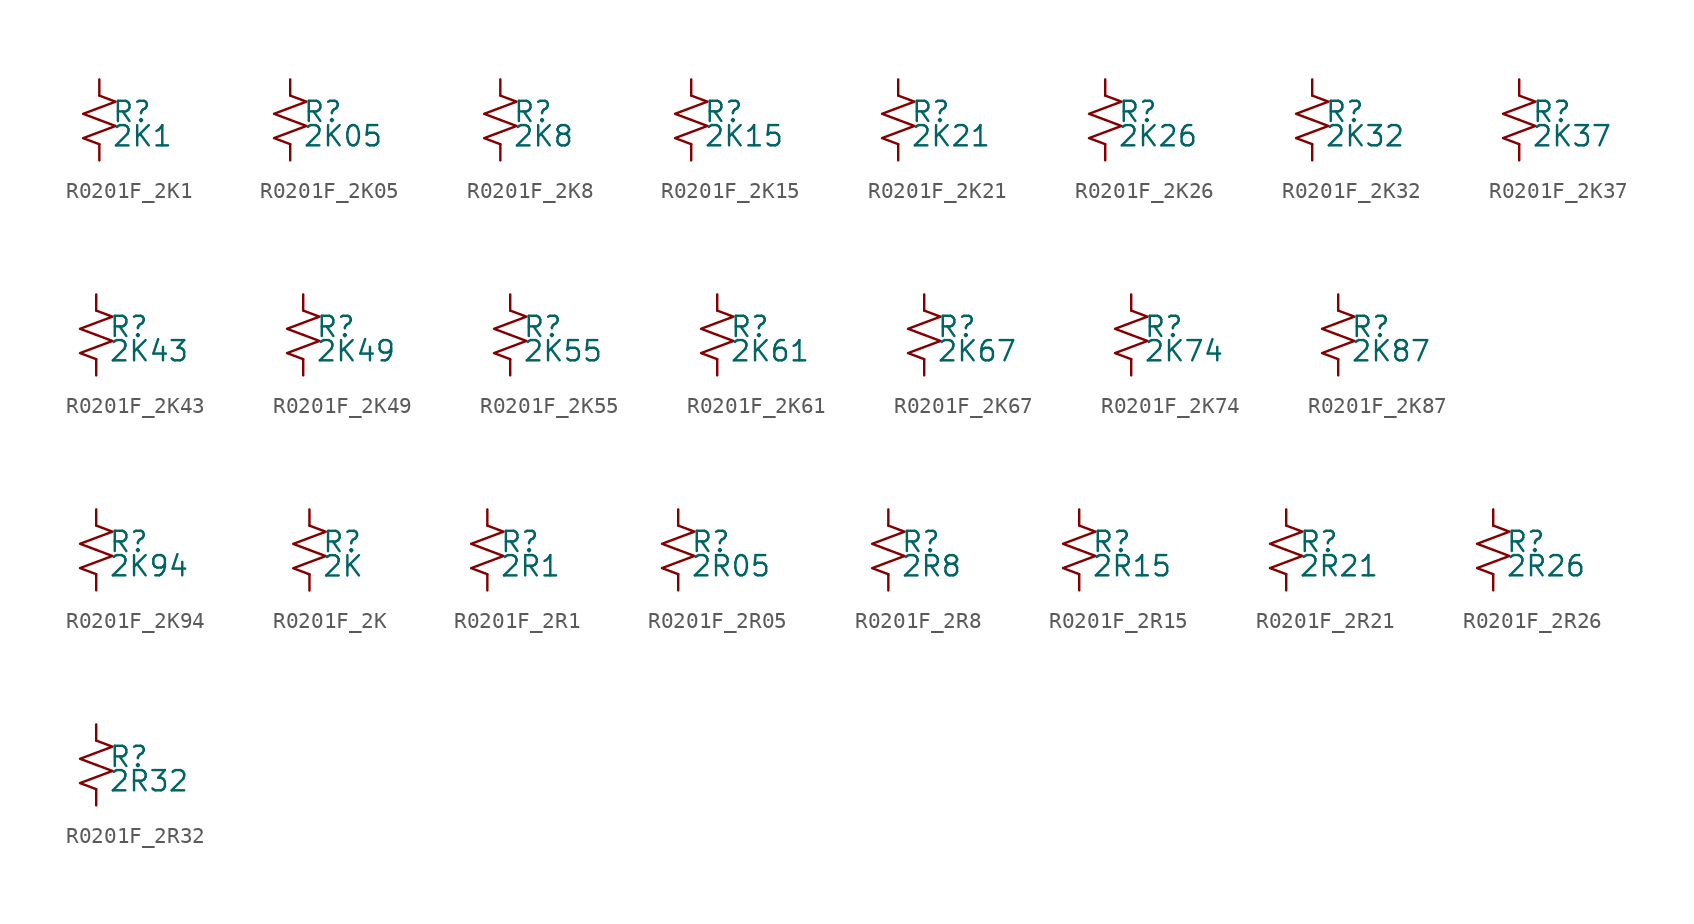
<source format=kicad_sym>
(kicad_symbol_lib
  (version 20220914)
  (generator kicad_symbol_editor)
  (symbol "R0201F_2K1"
    (pin_numbers hide)
    (pin_names
      (offset 0.254) hide)
    (property "Reference" "R"
      (at 0.762 0.508 0)
      (effects (font (size 1.27 1.27)) (justify left)))
    (property "Value" "2K1"
      (at 0.762 -1.016 0)
      (effects (font (size 1.27 1.27)) (justify left)))
    (symbol "R0201F_2K1_1_1"
      (polyline (pts (xy 0 0) (xy 1.016 -0.381) (xy 0 -0.762) (xy -1.016 -1.143) (xy 0 -1.524)) (stroke (width 0) (type default)) (fill (type none)))
      (polyline (pts (xy 0 1.524) (xy 1.016 1.143) (xy 0 0.762) (xy -1.016 0.381) (xy 0 0)) (stroke (width 0) (type default)) (fill (type none)))
      (pin passive line (at 0 2.54 270) (length 1.016) (name "~" (effects (font (size 1.27 1.27)))) (number "1" (effects (font (size 1.27 1.27)))))
      (pin passive line (at 0 -2.54 90) (length 1.016) (name "~" (effects (font (size 1.27 1.27)))) (number "2" (effects (font (size 1.27 1.27)))))))
  (symbol "R0201F_2K05"
    (pin_numbers hide)
    (pin_names
      (offset 0.254) hide)
    (property "Reference" "R"
      (at 0.762 0.508 0)
      (effects (font (size 1.27 1.27)) (justify left)))
    (property "Value" "2K05"
      (at 0.762 -1.016 0)
      (effects (font (size 1.27 1.27)) (justify left)))
    (symbol "R0201F_2K05_1_1"
      (polyline (pts (xy 0 0) (xy 1.016 -0.381) (xy 0 -0.762) (xy -1.016 -1.143) (xy 0 -1.524)) (stroke (width 0) (type default)) (fill (type none)))
      (polyline (pts (xy 0 1.524) (xy 1.016 1.143) (xy 0 0.762) (xy -1.016 0.381) (xy 0 0)) (stroke (width 0) (type default)) (fill (type none)))
      (pin passive line (at 0 2.54 270) (length 1.016) (name "~" (effects (font (size 1.27 1.27)))) (number "1" (effects (font (size 1.27 1.27)))))
      (pin passive line (at 0 -2.54 90) (length 1.016) (name "~" (effects (font (size 1.27 1.27)))) (number "2" (effects (font (size 1.27 1.27)))))))
  (symbol "R0201F_2K8"
    (pin_numbers hide)
    (pin_names
      (offset 0.254) hide)
    (property "Reference" "R"
      (at 0.762 0.508 0)
      (effects (font (size 1.27 1.27)) (justify left)))
    (property "Value" "2K8"
      (at 0.762 -1.016 0)
      (effects (font (size 1.27 1.27)) (justify left)))
    (symbol "R0201F_2K8_1_1"
      (polyline (pts (xy 0 0) (xy 1.016 -0.381) (xy 0 -0.762) (xy -1.016 -1.143) (xy 0 -1.524)) (stroke (width 0) (type default)) (fill (type none)))
      (polyline (pts (xy 0 1.524) (xy 1.016 1.143) (xy 0 0.762) (xy -1.016 0.381) (xy 0 0)) (stroke (width 0) (type default)) (fill (type none)))
      (pin passive line (at 0 2.54 270) (length 1.016) (name "~" (effects (font (size 1.27 1.27)))) (number "1" (effects (font (size 1.27 1.27)))))
      (pin passive line (at 0 -2.54 90) (length 1.016) (name "~" (effects (font (size 1.27 1.27)))) (number "2" (effects (font (size 1.27 1.27)))))))
  (symbol "R0201F_2K15"
    (pin_numbers hide)
    (pin_names
      (offset 0.254) hide)
    (property "Reference" "R"
      (at 0.762 0.508 0)
      (effects (font (size 1.27 1.27)) (justify left)))
    (property "Value" "2K15"
      (at 0.762 -1.016 0)
      (effects (font (size 1.27 1.27)) (justify left)))
    (symbol "R0201F_2K15_1_1"
      (polyline (pts (xy 0 0) (xy 1.016 -0.381) (xy 0 -0.762) (xy -1.016 -1.143) (xy 0 -1.524)) (stroke (width 0) (type default)) (fill (type none)))
      (polyline (pts (xy 0 1.524) (xy 1.016 1.143) (xy 0 0.762) (xy -1.016 0.381) (xy 0 0)) (stroke (width 0) (type default)) (fill (type none)))
      (pin passive line (at 0 2.54 270) (length 1.016) (name "~" (effects (font (size 1.27 1.27)))) (number "1" (effects (font (size 1.27 1.27)))))
      (pin passive line (at 0 -2.54 90) (length 1.016) (name "~" (effects (font (size 1.27 1.27)))) (number "2" (effects (font (size 1.27 1.27)))))))
  (symbol "R0201F_2K21"
    (pin_numbers hide)
    (pin_names
      (offset 0.254) hide)
    (property "Reference" "R"
      (at 0.762 0.508 0)
      (effects (font (size 1.27 1.27)) (justify left)))
    (property "Value" "2K21"
      (at 0.762 -1.016 0)
      (effects (font (size 1.27 1.27)) (justify left)))
    (symbol "R0201F_2K21_1_1"
      (polyline (pts (xy 0 0) (xy 1.016 -0.381) (xy 0 -0.762) (xy -1.016 -1.143) (xy 0 -1.524)) (stroke (width 0) (type default)) (fill (type none)))
      (polyline (pts (xy 0 1.524) (xy 1.016 1.143) (xy 0 0.762) (xy -1.016 0.381) (xy 0 0)) (stroke (width 0) (type default)) (fill (type none)))
      (pin passive line (at 0 2.54 270) (length 1.016) (name "~" (effects (font (size 1.27 1.27)))) (number "1" (effects (font (size 1.27 1.27)))))
      (pin passive line (at 0 -2.54 90) (length 1.016) (name "~" (effects (font (size 1.27 1.27)))) (number "2" (effects (font (size 1.27 1.27)))))))
  (symbol "R0201F_2K26"
    (pin_numbers hide)
    (pin_names
      (offset 0.254) hide)
    (property "Reference" "R"
      (at 0.762 0.508 0)
      (effects (font (size 1.27 1.27)) (justify left)))
    (property "Value" "2K26"
      (at 0.762 -1.016 0)
      (effects (font (size 1.27 1.27)) (justify left)))
    (symbol "R0201F_2K26_1_1"
      (polyline (pts (xy 0 0) (xy 1.016 -0.381) (xy 0 -0.762) (xy -1.016 -1.143) (xy 0 -1.524)) (stroke (width 0) (type default)) (fill (type none)))
      (polyline (pts (xy 0 1.524) (xy 1.016 1.143) (xy 0 0.762) (xy -1.016 0.381) (xy 0 0)) (stroke (width 0) (type default)) (fill (type none)))
      (pin passive line (at 0 2.54 270) (length 1.016) (name "~" (effects (font (size 1.27 1.27)))) (number "1" (effects (font (size 1.27 1.27)))))
      (pin passive line (at 0 -2.54 90) (length 1.016) (name "~" (effects (font (size 1.27 1.27)))) (number "2" (effects (font (size 1.27 1.27)))))))
  (symbol "R0201F_2K32"
    (pin_numbers hide)
    (pin_names
      (offset 0.254) hide)
    (property "Reference" "R"
      (at 0.762 0.508 0)
      (effects (font (size 1.27 1.27)) (justify left)))
    (property "Value" "2K32"
      (at 0.762 -1.016 0)
      (effects (font (size 1.27 1.27)) (justify left)))
    (symbol "R0201F_2K32_1_1"
      (polyline (pts (xy 0 0) (xy 1.016 -0.381) (xy 0 -0.762) (xy -1.016 -1.143) (xy 0 -1.524)) (stroke (width 0) (type default)) (fill (type none)))
      (polyline (pts (xy 0 1.524) (xy 1.016 1.143) (xy 0 0.762) (xy -1.016 0.381) (xy 0 0)) (stroke (width 0) (type default)) (fill (type none)))
      (pin passive line (at 0 2.54 270) (length 1.016) (name "~" (effects (font (size 1.27 1.27)))) (number "1" (effects (font (size 1.27 1.27)))))
      (pin passive line (at 0 -2.54 90) (length 1.016) (name "~" (effects (font (size 1.27 1.27)))) (number "2" (effects (font (size 1.27 1.27)))))))
  (symbol "R0201F_2K37"
    (pin_numbers hide)
    (pin_names
      (offset 0.254) hide)
    (property "Reference" "R"
      (at 0.762 0.508 0)
      (effects (font (size 1.27 1.27)) (justify left)))
    (property "Value" "2K37"
      (at 0.762 -1.016 0)
      (effects (font (size 1.27 1.27)) (justify left)))
    (symbol "R0201F_2K37_1_1"
      (polyline (pts (xy 0 0) (xy 1.016 -0.381) (xy 0 -0.762) (xy -1.016 -1.143) (xy 0 -1.524)) (stroke (width 0) (type default)) (fill (type none)))
      (polyline (pts (xy 0 1.524) (xy 1.016 1.143) (xy 0 0.762) (xy -1.016 0.381) (xy 0 0)) (stroke (width 0) (type default)) (fill (type none)))
      (pin passive line (at 0 2.54 270) (length 1.016) (name "~" (effects (font (size 1.27 1.27)))) (number "1" (effects (font (size 1.27 1.27)))))
      (pin passive line (at 0 -2.54 90) (length 1.016) (name "~" (effects (font (size 1.27 1.27)))) (number "2" (effects (font (size 1.27 1.27)))))))
  (symbol "R0201F_2K43"
    (pin_numbers hide)
    (pin_names
      (offset 0.254) hide)
    (property "Reference" "R"
      (at 0.762 0.508 0)
      (effects (font (size 1.27 1.27)) (justify left)))
    (property "Value" "2K43"
      (at 0.762 -1.016 0)
      (effects (font (size 1.27 1.27)) (justify left)))
    (symbol "R0201F_2K43_1_1"
      (polyline (pts (xy 0 0) (xy 1.016 -0.381) (xy 0 -0.762) (xy -1.016 -1.143) (xy 0 -1.524)) (stroke (width 0) (type default)) (fill (type none)))
      (polyline (pts (xy 0 1.524) (xy 1.016 1.143) (xy 0 0.762) (xy -1.016 0.381) (xy 0 0)) (stroke (width 0) (type default)) (fill (type none)))
      (pin passive line (at 0 2.54 270) (length 1.016) (name "~" (effects (font (size 1.27 1.27)))) (number "1" (effects (font (size 1.27 1.27)))))
      (pin passive line (at 0 -2.54 90) (length 1.016) (name "~" (effects (font (size 1.27 1.27)))) (number "2" (effects (font (size 1.27 1.27)))))))
  (symbol "R0201F_2K49"
    (pin_numbers hide)
    (pin_names
      (offset 0.254) hide)
    (property "Reference" "R"
      (at 0.762 0.508 0)
      (effects (font (size 1.27 1.27)) (justify left)))
    (property "Value" "2K49"
      (at 0.762 -1.016 0)
      (effects (font (size 1.27 1.27)) (justify left)))
    (symbol "R0201F_2K49_1_1"
      (polyline (pts (xy 0 0) (xy 1.016 -0.381) (xy 0 -0.762) (xy -1.016 -1.143) (xy 0 -1.524)) (stroke (width 0) (type default)) (fill (type none)))
      (polyline (pts (xy 0 1.524) (xy 1.016 1.143) (xy 0 0.762) (xy -1.016 0.381) (xy 0 0)) (stroke (width 0) (type default)) (fill (type none)))
      (pin passive line (at 0 2.54 270) (length 1.016) (name "~" (effects (font (size 1.27 1.27)))) (number "1" (effects (font (size 1.27 1.27)))))
      (pin passive line (at 0 -2.54 90) (length 1.016) (name "~" (effects (font (size 1.27 1.27)))) (number "2" (effects (font (size 1.27 1.27)))))))
  (symbol "R0201F_2K55"
    (pin_numbers hide)
    (pin_names
      (offset 0.254) hide)
    (property "Reference" "R"
      (at 0.762 0.508 0)
      (effects (font (size 1.27 1.27)) (justify left)))
    (property "Value" "2K55"
      (at 0.762 -1.016 0)
      (effects (font (size 1.27 1.27)) (justify left)))
    (symbol "R0201F_2K55_1_1"
      (polyline (pts (xy 0 0) (xy 1.016 -0.381) (xy 0 -0.762) (xy -1.016 -1.143) (xy 0 -1.524)) (stroke (width 0) (type default)) (fill (type none)))
      (polyline (pts (xy 0 1.524) (xy 1.016 1.143) (xy 0 0.762) (xy -1.016 0.381) (xy 0 0)) (stroke (width 0) (type default)) (fill (type none)))
      (pin passive line (at 0 2.54 270) (length 1.016) (name "~" (effects (font (size 1.27 1.27)))) (number "1" (effects (font (size 1.27 1.27)))))
      (pin passive line (at 0 -2.54 90) (length 1.016) (name "~" (effects (font (size 1.27 1.27)))) (number "2" (effects (font (size 1.27 1.27)))))))
  (symbol "R0201F_2K61"
    (pin_numbers hide)
    (pin_names
      (offset 0.254) hide)
    (property "Reference" "R"
      (at 0.762 0.508 0)
      (effects (font (size 1.27 1.27)) (justify left)))
    (property "Value" "2K61"
      (at 0.762 -1.016 0)
      (effects (font (size 1.27 1.27)) (justify left)))
    (symbol "R0201F_2K61_1_1"
      (polyline (pts (xy 0 0) (xy 1.016 -0.381) (xy 0 -0.762) (xy -1.016 -1.143) (xy 0 -1.524)) (stroke (width 0) (type default)) (fill (type none)))
      (polyline (pts (xy 0 1.524) (xy 1.016 1.143) (xy 0 0.762) (xy -1.016 0.381) (xy 0 0)) (stroke (width 0) (type default)) (fill (type none)))
      (pin passive line (at 0 2.54 270) (length 1.016) (name "~" (effects (font (size 1.27 1.27)))) (number "1" (effects (font (size 1.27 1.27)))))
      (pin passive line (at 0 -2.54 90) (length 1.016) (name "~" (effects (font (size 1.27 1.27)))) (number "2" (effects (font (size 1.27 1.27)))))))
  (symbol "R0201F_2K67"
    (pin_numbers hide)
    (pin_names
      (offset 0.254) hide)
    (property "Reference" "R"
      (at 0.762 0.508 0)
      (effects (font (size 1.27 1.27)) (justify left)))
    (property "Value" "2K67"
      (at 0.762 -1.016 0)
      (effects (font (size 1.27 1.27)) (justify left)))
    (symbol "R0201F_2K67_1_1"
      (polyline (pts (xy 0 0) (xy 1.016 -0.381) (xy 0 -0.762) (xy -1.016 -1.143) (xy 0 -1.524)) (stroke (width 0) (type default)) (fill (type none)))
      (polyline (pts (xy 0 1.524) (xy 1.016 1.143) (xy 0 0.762) (xy -1.016 0.381) (xy 0 0)) (stroke (width 0) (type default)) (fill (type none)))
      (pin passive line (at 0 2.54 270) (length 1.016) (name "~" (effects (font (size 1.27 1.27)))) (number "1" (effects (font (size 1.27 1.27)))))
      (pin passive line (at 0 -2.54 90) (length 1.016) (name "~" (effects (font (size 1.27 1.27)))) (number "2" (effects (font (size 1.27 1.27)))))))
  (symbol "R0201F_2K74"
    (pin_numbers hide)
    (pin_names
      (offset 0.254) hide)
    (property "Reference" "R"
      (at 0.762 0.508 0)
      (effects (font (size 1.27 1.27)) (justify left)))
    (property "Value" "2K74"
      (at 0.762 -1.016 0)
      (effects (font (size 1.27 1.27)) (justify left)))
    (symbol "R0201F_2K74_1_1"
      (polyline (pts (xy 0 0) (xy 1.016 -0.381) (xy 0 -0.762) (xy -1.016 -1.143) (xy 0 -1.524)) (stroke (width 0) (type default)) (fill (type none)))
      (polyline (pts (xy 0 1.524) (xy 1.016 1.143) (xy 0 0.762) (xy -1.016 0.381) (xy 0 0)) (stroke (width 0) (type default)) (fill (type none)))
      (pin passive line (at 0 2.54 270) (length 1.016) (name "~" (effects (font (size 1.27 1.27)))) (number "1" (effects (font (size 1.27 1.27)))))
      (pin passive line (at 0 -2.54 90) (length 1.016) (name "~" (effects (font (size 1.27 1.27)))) (number "2" (effects (font (size 1.27 1.27)))))))
  (symbol "R0201F_2K87"
    (pin_numbers hide)
    (pin_names
      (offset 0.254) hide)
    (property "Reference" "R"
      (at 0.762 0.508 0)
      (effects (font (size 1.27 1.27)) (justify left)))
    (property "Value" "2K87"
      (at 0.762 -1.016 0)
      (effects (font (size 1.27 1.27)) (justify left)))
    (symbol "R0201F_2K87_1_1"
      (polyline (pts (xy 0 0) (xy 1.016 -0.381) (xy 0 -0.762) (xy -1.016 -1.143) (xy 0 -1.524)) (stroke (width 0) (type default)) (fill (type none)))
      (polyline (pts (xy 0 1.524) (xy 1.016 1.143) (xy 0 0.762) (xy -1.016 0.381) (xy 0 0)) (stroke (width 0) (type default)) (fill (type none)))
      (pin passive line (at 0 2.54 270) (length 1.016) (name "~" (effects (font (size 1.27 1.27)))) (number "1" (effects (font (size 1.27 1.27)))))
      (pin passive line (at 0 -2.54 90) (length 1.016) (name "~" (effects (font (size 1.27 1.27)))) (number "2" (effects (font (size 1.27 1.27)))))))
  (symbol "R0201F_2K94"
    (pin_numbers hide)
    (pin_names
      (offset 0.254) hide)
    (property "Reference" "R"
      (at 0.762 0.508 0)
      (effects (font (size 1.27 1.27)) (justify left)))
    (property "Value" "2K94"
      (at 0.762 -1.016 0)
      (effects (font (size 1.27 1.27)) (justify left)))
    (symbol "R0201F_2K94_1_1"
      (polyline (pts (xy 0 0) (xy 1.016 -0.381) (xy 0 -0.762) (xy -1.016 -1.143) (xy 0 -1.524)) (stroke (width 0) (type default)) (fill (type none)))
      (polyline (pts (xy 0 1.524) (xy 1.016 1.143) (xy 0 0.762) (xy -1.016 0.381) (xy 0 0)) (stroke (width 0) (type default)) (fill (type none)))
      (pin passive line (at 0 2.54 270) (length 1.016) (name "~" (effects (font (size 1.27 1.27)))) (number "1" (effects (font (size 1.27 1.27)))))
      (pin passive line (at 0 -2.54 90) (length 1.016) (name "~" (effects (font (size 1.27 1.27)))) (number "2" (effects (font (size 1.27 1.27)))))))
  (symbol "R0201F_2K"
    (pin_numbers hide)
    (pin_names
      (offset 0.254) hide)
    (property "Reference" "R"
      (at 0.762 0.508 0)
      (effects (font (size 1.27 1.27)) (justify left)))
    (property "Value" "2K"
      (at 0.762 -1.016 0)
      (effects (font (size 1.27 1.27)) (justify left)))
    (symbol "R0201F_2K_1_1"
      (polyline (pts (xy 0 0) (xy 1.016 -0.381) (xy 0 -0.762) (xy -1.016 -1.143) (xy 0 -1.524)) (stroke (width 0) (type default)) (fill (type none)))
      (polyline (pts (xy 0 1.524) (xy 1.016 1.143) (xy 0 0.762) (xy -1.016 0.381) (xy 0 0)) (stroke (width 0) (type default)) (fill (type none)))
      (pin passive line (at 0 2.54 270) (length 1.016) (name "~" (effects (font (size 1.27 1.27)))) (number "1" (effects (font (size 1.27 1.27)))))
      (pin passive line (at 0 -2.54 90) (length 1.016) (name "~" (effects (font (size 1.27 1.27)))) (number "2" (effects (font (size 1.27 1.27)))))))
  (symbol "R0201F_2R1"
    (pin_numbers hide)
    (pin_names
      (offset 0.254) hide)
    (property "Reference" "R"
      (at 0.762 0.508 0)
      (effects (font (size 1.27 1.27)) (justify left)))
    (property "Value" "2R1"
      (at 0.762 -1.016 0)
      (effects (font (size 1.27 1.27)) (justify left)))
    (symbol "R0201F_2R1_1_1"
      (polyline (pts (xy 0 0) (xy 1.016 -0.381) (xy 0 -0.762) (xy -1.016 -1.143) (xy 0 -1.524)) (stroke (width 0) (type default)) (fill (type none)))
      (polyline (pts (xy 0 1.524) (xy 1.016 1.143) (xy 0 0.762) (xy -1.016 0.381) (xy 0 0)) (stroke (width 0) (type default)) (fill (type none)))
      (pin passive line (at 0 2.54 270) (length 1.016) (name "~" (effects (font (size 1.27 1.27)))) (number "1" (effects (font (size 1.27 1.27)))))
      (pin passive line (at 0 -2.54 90) (length 1.016) (name "~" (effects (font (size 1.27 1.27)))) (number "2" (effects (font (size 1.27 1.27)))))))
  (symbol "R0201F_2R05"
    (pin_numbers hide)
    (pin_names
      (offset 0.254) hide)
    (property "Reference" "R"
      (at 0.762 0.508 0)
      (effects (font (size 1.27 1.27)) (justify left)))
    (property "Value" "2R05"
      (at 0.762 -1.016 0)
      (effects (font (size 1.27 1.27)) (justify left)))
    (symbol "R0201F_2R05_1_1"
      (polyline (pts (xy 0 0) (xy 1.016 -0.381) (xy 0 -0.762) (xy -1.016 -1.143) (xy 0 -1.524)) (stroke (width 0) (type default)) (fill (type none)))
      (polyline (pts (xy 0 1.524) (xy 1.016 1.143) (xy 0 0.762) (xy -1.016 0.381) (xy 0 0)) (stroke (width 0) (type default)) (fill (type none)))
      (pin passive line (at 0 2.54 270) (length 1.016) (name "~" (effects (font (size 1.27 1.27)))) (number "1" (effects (font (size 1.27 1.27)))))
      (pin passive line (at 0 -2.54 90) (length 1.016) (name "~" (effects (font (size 1.27 1.27)))) (number "2" (effects (font (size 1.27 1.27)))))))
  (symbol "R0201F_2R8"
    (pin_numbers hide)
    (pin_names
      (offset 0.254) hide)
    (property "Reference" "R"
      (at 0.762 0.508 0)
      (effects (font (size 1.27 1.27)) (justify left)))
    (property "Value" "2R8"
      (at 0.762 -1.016 0)
      (effects (font (size 1.27 1.27)) (justify left)))
    (symbol "R0201F_2R8_1_1"
      (polyline (pts (xy 0 0) (xy 1.016 -0.381) (xy 0 -0.762) (xy -1.016 -1.143) (xy 0 -1.524)) (stroke (width 0) (type default)) (fill (type none)))
      (polyline (pts (xy 0 1.524) (xy 1.016 1.143) (xy 0 0.762) (xy -1.016 0.381) (xy 0 0)) (stroke (width 0) (type default)) (fill (type none)))
      (pin passive line (at 0 2.54 270) (length 1.016) (name "~" (effects (font (size 1.27 1.27)))) (number "1" (effects (font (size 1.27 1.27)))))
      (pin passive line (at 0 -2.54 90) (length 1.016) (name "~" (effects (font (size 1.27 1.27)))) (number "2" (effects (font (size 1.27 1.27)))))))
  (symbol "R0201F_2R15"
    (pin_numbers hide)
    (pin_names
      (offset 0.254) hide)
    (property "Reference" "R"
      (at 0.762 0.508 0)
      (effects (font (size 1.27 1.27)) (justify left)))
    (property "Value" "2R15"
      (at 0.762 -1.016 0)
      (effects (font (size 1.27 1.27)) (justify left)))
    (symbol "R0201F_2R15_1_1"
      (polyline (pts (xy 0 0) (xy 1.016 -0.381) (xy 0 -0.762) (xy -1.016 -1.143) (xy 0 -1.524)) (stroke (width 0) (type default)) (fill (type none)))
      (polyline (pts (xy 0 1.524) (xy 1.016 1.143) (xy 0 0.762) (xy -1.016 0.381) (xy 0 0)) (stroke (width 0) (type default)) (fill (type none)))
      (pin passive line (at 0 2.54 270) (length 1.016) (name "~" (effects (font (size 1.27 1.27)))) (number "1" (effects (font (size 1.27 1.27)))))
      (pin passive line (at 0 -2.54 90) (length 1.016) (name "~" (effects (font (size 1.27 1.27)))) (number "2" (effects (font (size 1.27 1.27)))))))
  (symbol "R0201F_2R21"
    (pin_numbers hide)
    (pin_names
      (offset 0.254) hide)
    (property "Reference" "R"
      (at 0.762 0.508 0)
      (effects (font (size 1.27 1.27)) (justify left)))
    (property "Value" "2R21"
      (at 0.762 -1.016 0)
      (effects (font (size 1.27 1.27)) (justify left)))
    (symbol "R0201F_2R21_1_1"
      (polyline (pts (xy 0 0) (xy 1.016 -0.381) (xy 0 -0.762) (xy -1.016 -1.143) (xy 0 -1.524)) (stroke (width 0) (type default)) (fill (type none)))
      (polyline (pts (xy 0 1.524) (xy 1.016 1.143) (xy 0 0.762) (xy -1.016 0.381) (xy 0 0)) (stroke (width 0) (type default)) (fill (type none)))
      (pin passive line (at 0 2.54 270) (length 1.016) (name "~" (effects (font (size 1.27 1.27)))) (number "1" (effects (font (size 1.27 1.27)))))
      (pin passive line (at 0 -2.54 90) (length 1.016) (name "~" (effects (font (size 1.27 1.27)))) (number "2" (effects (font (size 1.27 1.27)))))))
  (symbol "R0201F_2R26"
    (pin_numbers hide)
    (pin_names
      (offset 0.254) hide)
    (property "Reference" "R"
      (at 0.762 0.508 0)
      (effects (font (size 1.27 1.27)) (justify left)))
    (property "Value" "2R26"
      (at 0.762 -1.016 0)
      (effects (font (size 1.27 1.27)) (justify left)))
    (symbol "R0201F_2R26_1_1"
      (polyline (pts (xy 0 0) (xy 1.016 -0.381) (xy 0 -0.762) (xy -1.016 -1.143) (xy 0 -1.524)) (stroke (width 0) (type default)) (fill (type none)))
      (polyline (pts (xy 0 1.524) (xy 1.016 1.143) (xy 0 0.762) (xy -1.016 0.381) (xy 0 0)) (stroke (width 0) (type default)) (fill (type none)))
      (pin passive line (at 0 2.54 270) (length 1.016) (name "~" (effects (font (size 1.27 1.27)))) (number "1" (effects (font (size 1.27 1.27)))))
      (pin passive line (at 0 -2.54 90) (length 1.016) (name "~" (effects (font (size 1.27 1.27)))) (number "2" (effects (font (size 1.27 1.27)))))))
  (symbol "R0201F_2R32"
    (pin_numbers hide)
    (pin_names
      (offset 0.254) hide)
    (property "Reference" "R"
      (at 0.762 0.508 0)
      (effects (font (size 1.27 1.27)) (justify left)))
    (property "Value" "2R32"
      (at 0.762 -1.016 0)
      (effects (font (size 1.27 1.27)) (justify left)))
    (symbol "R0201F_2R32_1_1"
      (polyline (pts (xy 0 0) (xy 1.016 -0.381) (xy 0 -0.762) (xy -1.016 -1.143) (xy 0 -1.524)) (stroke (width 0) (type default)) (fill (type none)))
      (polyline (pts (xy 0 1.524) (xy 1.016 1.143) (xy 0 0.762) (xy -1.016 0.381) (xy 0 0)) (stroke (width 0) (type default)) (fill (type none)))
      (pin passive line (at 0 2.54 270) (length 1.016) (name "~" (effects (font (size 1.27 1.27)))) (number "1" (effects (font (size 1.27 1.27)))))
      (pin passive line (at 0 -2.54 90) (length 1.016) (name "~" (effects (font (size 1.27 1.27)))) (number "2" (effects (font (size 1.27 1.27))))))))
</source>
